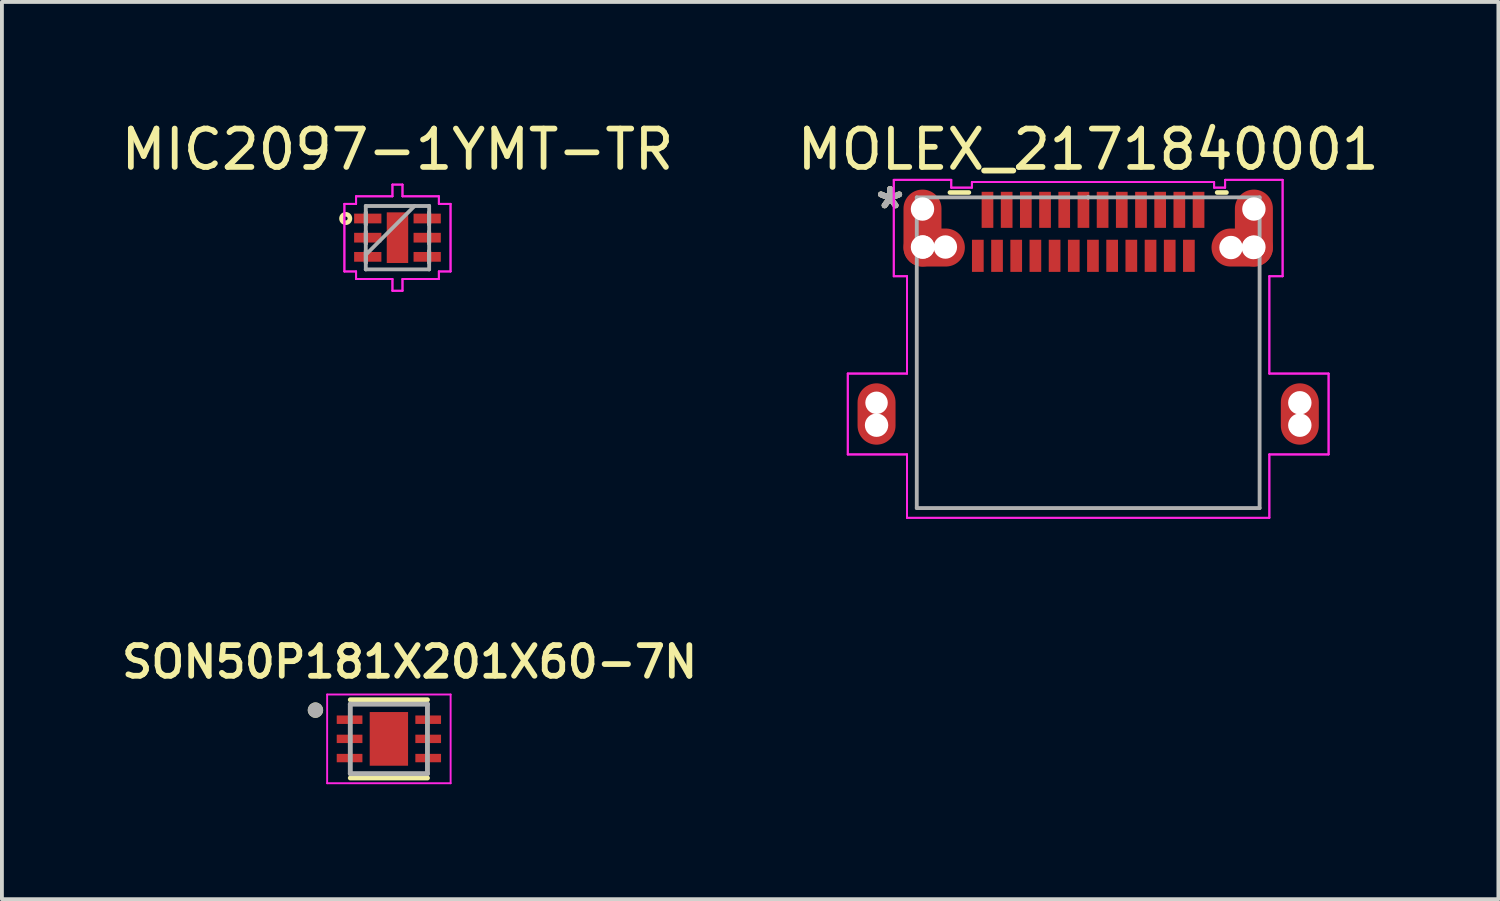
<source format=kicad_pcb>
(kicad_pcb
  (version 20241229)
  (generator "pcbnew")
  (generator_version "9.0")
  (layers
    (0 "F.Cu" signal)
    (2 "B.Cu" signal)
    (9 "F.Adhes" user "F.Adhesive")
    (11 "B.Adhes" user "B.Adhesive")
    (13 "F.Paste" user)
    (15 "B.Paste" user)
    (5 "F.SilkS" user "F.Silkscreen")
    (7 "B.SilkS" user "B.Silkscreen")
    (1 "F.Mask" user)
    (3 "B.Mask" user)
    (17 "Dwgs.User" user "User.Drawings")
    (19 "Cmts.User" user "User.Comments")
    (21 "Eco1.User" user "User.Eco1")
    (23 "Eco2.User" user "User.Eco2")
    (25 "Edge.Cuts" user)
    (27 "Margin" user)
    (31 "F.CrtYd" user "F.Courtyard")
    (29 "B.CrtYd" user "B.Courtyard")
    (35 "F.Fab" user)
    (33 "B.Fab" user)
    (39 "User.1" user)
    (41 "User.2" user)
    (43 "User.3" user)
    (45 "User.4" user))
  (footprint "SON50P181X201X60-7N"
    (layer "F.Cu")
    (at 7.091 16.218)
    (property "Reference" "SON50P181X201X60-7N" (at 0.54 -2.008 0) (layer "F.SilkS") (effects (font (size 0.8 0.8) (thickness 0.15))))
    (attr smd)
    (fp_line (start -1.006 -1.02) (end 1.006 -1.02) (stroke (width 0.127) (type solid)) (layer "F.SilkS"))
    (fp_line (start -1.006 1.02) (end 1.006 1.02) (stroke (width 0.127) (type solid)) (layer "F.SilkS"))
    (fp_circle (center -1.915 -0.75) (end -1.815 -0.75) (stroke (width 0.2) (type solid)) (fill no) (layer "F.SilkS"))
    (fp_poly (pts (xy -0.315 -0.445) (xy 0.315 -0.445) (xy 0.315 0.445) (xy -0.315 0.445)) (stroke (width 0.01) (type solid)) (fill yes) (layer "F.Paste"))
    (fp_line (start -1.61 -1.157) (end -1.61 1.157) (stroke (width 0.05) (type solid)) (layer "F.CrtYd"))
    (fp_line (start -1.61 -1.157) (end 1.61 -1.157) (stroke (width 0.05) (type solid)) (layer "F.CrtYd"))
    (fp_line (start -1.61 1.157) (end 1.61 1.157) (stroke (width 0.05) (type solid)) (layer "F.CrtYd"))
    (fp_line (start 1.61 -1.157) (end 1.61 1.157) (stroke (width 0.05) (type solid)) (layer "F.CrtYd"))
    (fp_line (start -1.006 -0.906) (end -1.006 0.906) (stroke (width 0.127) (type solid)) (layer "F.Fab"))
    (fp_line (start -1.006 -0.906) (end 1.006 -0.906) (stroke (width 0.127) (type solid)) (layer "F.Fab"))
    (fp_line (start -1.006 0.906) (end 1.006 0.906) (stroke (width 0.127) (type solid)) (layer "F.Fab"))
    (fp_line (start 1.006 -0.906) (end 1.006 0.906) (stroke (width 0.127) (type solid)) (layer "F.Fab"))
    (fp_circle (center -1.915 -0.75) (end -1.815 -0.75) (stroke (width 0.2) (type solid)) (fill no) (layer "F.Fab"))
    (pad "1" smd roundrect (at -1.025 -0.5) (size 0.67 0.22) (layers "F.Cu" "F.Mask" "F.Paste") (roundrect_rratio 0.03))
    (pad "2" smd roundrect (at -1.025 0) (size 0.67 0.22) (layers "F.Cu" "F.Mask" "F.Paste") (roundrect_rratio 0.03))
    (pad "3" smd roundrect (at -1.025 0.5) (size 0.67 0.22) (layers "F.Cu" "F.Mask" "F.Paste") (roundrect_rratio 0.03))
    (pad "4" smd roundrect (at 1.025 0.5 180) (size 0.67 0.22) (layers "F.Cu" "F.Mask" "F.Paste") (roundrect_rratio 0.03))
    (pad "5" smd roundrect (at 1.025 0 180) (size 0.67 0.22) (layers "F.Cu" "F.Mask" "F.Paste") (roundrect_rratio 0.03))
    (pad "6" smd roundrect (at 1.025 -0.5 180) (size 0.67 0.22) (layers "F.Cu" "F.Mask" "F.Paste") (roundrect_rratio 0.03))
    (pad "7" smd rect (at 0 0) (size 1 1.4) (layers "F.Cu" "F.Mask")))
  (footprint "MOLEX_2171840001"
    (layer "F.Cu")
    (at 25.327 6.148)
    (property "Reference" "MOLEX_2171840001" (at 0 -5.3 0) (layer "F.SilkS") (effects (font (size 1 1) (thickness 0.15))))
    (attr through_hole)
    (fp_line (start -3.111 -4.178) (end -3.606 -4.178) (stroke (width 0.12) (type solid)) (layer "F.SilkS"))
    (fp_line (start 3.606 -4.178) (end 3.363 -4.178) (stroke (width 0.12) (type solid)) (layer "F.SilkS"))
    (fp_line (start -6.269 0.544) (end -6.269 2.652) (stroke (width 0.05) (type solid)) (layer "F.CrtYd"))
    (fp_line (start -6.269 0.544) (end -6.269 2.652) (stroke (width 0.05) (type solid)) (layer "F.CrtYd"))
    (fp_line (start -6.269 2.652) (end -4.724 2.652) (stroke (width 0.05) (type solid)) (layer "F.CrtYd"))
    (fp_line (start -6.269 2.652) (end -4.724 2.652) (stroke (width 0.05) (type solid)) (layer "F.CrtYd"))
    (fp_line (start -5.07 -4.508) (end -5.07 -1.994) (stroke (width 0.05) (type solid)) (layer "F.CrtYd"))
    (fp_line (start -5.07 -4.508) (end -5.07 -1.994) (stroke (width 0.05) (type solid)) (layer "F.CrtYd"))
    (fp_line (start -5.07 -1.994) (end -4.724 -1.994) (stroke (width 0.05) (type solid)) (layer "F.CrtYd"))
    (fp_line (start -5.07 -1.994) (end -4.724 -1.994) (stroke (width 0.05) (type solid)) (layer "F.CrtYd"))
    (fp_line (start -4.724 -1.994) (end -4.724 0.544) (stroke (width 0.05) (type solid)) (layer "F.CrtYd"))
    (fp_line (start -4.724 -1.994) (end -4.724 0.544) (stroke (width 0.05) (type solid)) (layer "F.CrtYd"))
    (fp_line (start -4.724 0.544) (end -6.269 0.544) (stroke (width 0.05) (type solid)) (layer "F.CrtYd"))
    (fp_line (start -4.724 0.544) (end -6.269 0.544) (stroke (width 0.05) (type solid)) (layer "F.CrtYd"))
    (fp_line (start -4.724 2.652) (end -4.724 4.305) (stroke (width 0.05) (type solid)) (layer "F.CrtYd"))
    (fp_line (start -4.724 2.652) (end -4.724 4.305) (stroke (width 0.05) (type solid)) (layer "F.CrtYd"))
    (fp_line (start -4.724 4.305) (end 4.724 4.305) (stroke (width 0.05) (type solid)) (layer "F.CrtYd"))
    (fp_line (start -4.724 4.305) (end 4.724 4.305) (stroke (width 0.05) (type solid)) (layer "F.CrtYd"))
    (fp_line (start -3.571 -4.508) (end -5.07 -4.508) (stroke (width 0.05) (type solid)) (layer "F.CrtYd"))
    (fp_line (start -3.571 -4.508) (end -5.07 -4.508) (stroke (width 0.05) (type solid)) (layer "F.CrtYd"))
    (fp_line (start -3.571 -4.305) (end -3.571 -4.508) (stroke (width 0.05) (type solid)) (layer "F.CrtYd"))
    (fp_line (start -3.571 -4.305) (end -3.571 -4.508) (stroke (width 0.05) (type solid)) (layer "F.CrtYd"))
    (fp_line (start -3.033 -4.45) (end -3.033 -4.305) (stroke (width 0.05) (type solid)) (layer "F.CrtYd"))
    (fp_line (start -3.033 -4.45) (end -3.033 -4.305) (stroke (width 0.05) (type solid)) (layer "F.CrtYd"))
    (fp_line (start -3.033 -4.305) (end -3.571 -4.305) (stroke (width 0.05) (type solid)) (layer "F.CrtYd"))
    (fp_line (start -3.033 -4.305) (end -3.571 -4.305) (stroke (width 0.05) (type solid)) (layer "F.CrtYd"))
    (fp_line (start 3.284 -4.45) (end -3.033 -4.45) (stroke (width 0.05) (type solid)) (layer "F.CrtYd"))
    (fp_line (start 3.284 -4.45) (end -3.033 -4.45) (stroke (width 0.05) (type solid)) (layer "F.CrtYd"))
    (fp_line (start 3.284 -4.305) (end 3.284 -4.45) (stroke (width 0.05) (type solid)) (layer "F.CrtYd"))
    (fp_line (start 3.284 -4.305) (end 3.284 -4.45) (stroke (width 0.05) (type solid)) (layer "F.CrtYd"))
    (fp_line (start 3.571 -4.508) (end 3.571 -4.305) (stroke (width 0.05) (type solid)) (layer "F.CrtYd"))
    (fp_line (start 3.571 -4.508) (end 3.571 -4.305) (stroke (width 0.05) (type solid)) (layer "F.CrtYd"))
    (fp_line (start 3.571 -4.305) (end 3.284 -4.305) (stroke (width 0.05) (type solid)) (layer "F.CrtYd"))
    (fp_line (start 3.571 -4.305) (end 3.284 -4.305) (stroke (width 0.05) (type solid)) (layer "F.CrtYd"))
    (fp_line (start 4.724 -1.994) (end 5.07 -1.994) (stroke (width 0.05) (type solid)) (layer "F.CrtYd"))
    (fp_line (start 4.724 -1.994) (end 5.07 -1.994) (stroke (width 0.05) (type solid)) (layer "F.CrtYd"))
    (fp_line (start 4.724 0.544) (end 4.724 -1.994) (stroke (width 0.05) (type solid)) (layer "F.CrtYd"))
    (fp_line (start 4.724 0.544) (end 4.724 -1.994) (stroke (width 0.05) (type solid)) (layer "F.CrtYd"))
    (fp_line (start 4.724 2.652) (end 6.269 2.652) (stroke (width 0.05) (type solid)) (layer "F.CrtYd"))
    (fp_line (start 4.724 2.652) (end 6.269 2.652) (stroke (width 0.05) (type solid)) (layer "F.CrtYd"))
    (fp_line (start 4.724 4.305) (end 4.724 2.652) (stroke (width 0.05) (type solid)) (layer "F.CrtYd"))
    (fp_line (start 4.724 4.305) (end 4.724 2.652) (stroke (width 0.05) (type solid)) (layer "F.CrtYd"))
    (fp_line (start 5.07 -4.508) (end 3.571 -4.508) (stroke (width 0.05) (type solid)) (layer "F.CrtYd"))
    (fp_line (start 5.07 -4.508) (end 3.571 -4.508) (stroke (width 0.05) (type solid)) (layer "F.CrtYd"))
    (fp_line (start 5.07 -1.994) (end 5.07 -4.508) (stroke (width 0.05) (type solid)) (layer "F.CrtYd"))
    (fp_line (start 5.07 -1.994) (end 5.07 -4.508) (stroke (width 0.05) (type solid)) (layer "F.CrtYd"))
    (fp_line (start 6.269 0.544) (end 4.724 0.544) (stroke (width 0.05) (type solid)) (layer "F.CrtYd"))
    (fp_line (start 6.269 0.544) (end 4.724 0.544) (stroke (width 0.05) (type solid)) (layer "F.CrtYd"))
    (fp_line (start 6.269 2.652) (end 6.269 0.544) (stroke (width 0.05) (type solid)) (layer "F.CrtYd"))
    (fp_line (start 6.269 2.652) (end 6.269 0.544) (stroke (width 0.05) (type solid)) (layer "F.CrtYd"))
    (fp_line (start -4.47 -4.051) (end -4.47 4.051) (stroke (width 0.1) (type solid)) (layer "F.Fab"))
    (fp_line (start -4.47 4.051) (end 4.47 4.051) (stroke (width 0.1) (type solid)) (layer "F.Fab"))
    (fp_line (start 0 -4.051) (end 0 -4.051) (stroke (width 0.1) (type solid)) (layer "F.Fab"))
    (fp_line (start 0 -4.051) (end 0 -4.051) (stroke (width 0.1) (type solid)) (layer "F.Fab"))
    (fp_line (start 0 -4.051) (end 0 -4.051) (stroke (width 0.1) (type solid)) (layer "F.Fab"))
    (fp_line (start 0 -4.051) (end 0 -4.051) (stroke (width 0.1) (type solid)) (layer "F.Fab"))
    (fp_line (start 4.47 -4.051) (end -4.47 -4.051) (stroke (width 0.1) (type solid)) (layer "F.Fab"))
    (fp_line (start 4.47 4.051) (end 4.47 -4.051) (stroke (width 0.1) (type solid)) (layer "F.Fab"))
    (fp_text user "*" (at -5.166 -3.726 0) (layer "F.SilkS") (effects (font (size 1 1) (thickness 0.15))))
    (fp_text user "*" (at -5.166 -3.726 0) (layer "F.SilkS") (effects (font (size 1 1) (thickness 0.15))))
    (fp_text user "*" (at -5.166 -3.726 0) (layer "F.Fab") (effects (font (size 1 1) (thickness 0.15))))
    (fp_text user "*" (at -5.166 -3.726 0) (layer "F.Fab") (effects (font (size 1 1) (thickness 0.15))))
    (pad "" np_thru_hole circle (at -5.519 1.306) (size 0.586 0.586) (drill 0.61) (layers "*.Cu" "*.Mask"))
    (pad "" np_thru_hole circle (at -5.519 1.89) (size 0.61 0.61) (drill 0.61) (layers "*.Cu" "*.Mask"))
    (pad "" np_thru_hole circle (at -4.321 -3.747) (size 0.61 0.61) (drill 0.61) (layers "*.Cu" "*.Mask"))
    (pad "" np_thru_hole circle (at -4.321 -2.756) (size 0.61 0.61) (drill 0.61) (layers "*.Cu" "*.Mask"))
    (pad "" np_thru_hole circle (at -4.308 -2.756) (size 0.61 0.61) (drill 0.61) (layers "*.Cu" "*.Mask"))
    (pad "" np_thru_hole circle (at -3.724 -2.756) (size 0.61 0.61) (drill 0.61) (layers "*.Cu" "*.Mask"))
    (pad "" np_thru_hole circle (at 3.724 -2.743) (size 0.61 0.61) (drill 0.61) (layers "*.Cu" "*.Mask"))
    (pad "" np_thru_hole circle (at 4.308 -2.743) (size 0.61 0.61) (drill 0.61) (layers "*.Cu" "*.Mask"))
    (pad "" np_thru_hole circle (at 4.321 -3.747) (size 0.61 0.61) (drill 0.61) (layers "*.Cu" "*.Mask"))
    (pad "" np_thru_hole circle (at 4.321 -2.756) (size 0.61 0.61) (drill 0.61) (layers "*.Cu" "*.Mask"))
    (pad "" np_thru_hole circle (at 5.519 1.306) (size 0.61 0.61) (drill 0.61) (layers "*.Cu" "*.Mask"))
    (pad "" np_thru_hole circle (at 5.519 1.89) (size 0.61 0.61) (drill 0.61) (layers "*.Cu" "*.Mask"))
    (pad "25" smd oval (at -4.321 -3.251) (size 0.991 2.007) (layers "F.Cu" "F.Mask" "F.Paste"))
    (pad "26" smd oval (at 4.321 -3.251) (size 0.991 2.007) (layers "F.Cu" "F.Mask" "F.Paste"))
    (pad "27" smd oval (at -4.016 -2.743) (size 1.6 0.991) (layers "F.Cu" "F.Mask" "F.Paste"))
    (pad "28" smd oval (at 4.016 -2.743) (size 1.6 0.991) (layers "F.Cu" "F.Mask" "F.Paste"))
    (pad "29" smd oval (at -5.519 1.598) (size 0.991 1.6) (layers "F.Cu" "F.Mask" "F.Paste"))
    (pad "30" smd oval (at 5.519 1.598) (size 0.991 1.6) (layers "F.Cu" "F.Mask" "F.Paste"))
    (pad "A1" smd rect (at -2.626 -3.726) (size 0.305 0.94) (layers "F.Cu" "F.Mask" "F.Paste"))
    (pad "A2" smd rect (at -2.126 -3.726) (size 0.305 0.94) (layers "F.Cu" "F.Mask" "F.Paste"))
    (pad "A3" smd rect (at -1.626 -3.726) (size 0.305 0.94) (layers "F.Cu" "F.Mask" "F.Paste"))
    (pad "A4" smd rect (at -1.125 -3.726) (size 0.305 0.94) (layers "F.Cu" "F.Mask" "F.Paste"))
    (pad "A5" smd rect (at -0.625 -3.726) (size 0.305 0.94) (layers "F.Cu" "F.Mask" "F.Paste"))
    (pad "A6" smd rect (at -0.124 -3.726) (size 0.305 0.94) (layers "F.Cu" "F.Mask" "F.Paste"))
    (pad "A7" smd rect (at 0.376 -3.726) (size 0.305 0.94) (layers "F.Cu" "F.Mask" "F.Paste"))
    (pad "A8" smd rect (at 0.876 -3.726) (size 0.305 0.94) (layers "F.Cu" "F.Mask" "F.Paste"))
    (pad "A9" smd rect (at 1.377 -3.726) (size 0.305 0.94) (layers "F.Cu" "F.Mask" "F.Paste"))
    (pad "A10" smd rect (at 1.877 -3.726) (size 0.305 0.94) (layers "F.Cu" "F.Mask" "F.Paste"))
    (pad "A11" smd rect (at 2.377 -3.726) (size 0.305 0.94) (layers "F.Cu" "F.Mask" "F.Paste"))
    (pad "A12" smd rect (at 2.878 -3.726) (size 0.305 0.94) (layers "F.Cu" "F.Mask" "F.Paste"))
    (pad "B1" smd rect (at 2.626 -2.527) (size 0.305 0.838) (layers "F.Cu" "F.Mask" "F.Paste"))
    (pad "B2" smd rect (at 2.126 -2.527) (size 0.305 0.838) (layers "F.Cu" "F.Mask" "F.Paste"))
    (pad "B3" smd rect (at 1.626 -2.527) (size 0.305 0.838) (layers "F.Cu" "F.Mask" "F.Paste"))
    (pad "B4" smd rect (at 1.125 -2.527) (size 0.305 0.838) (layers "F.Cu" "F.Mask" "F.Paste"))
    (pad "B5" smd rect (at 0.625 -2.527) (size 0.305 0.838) (layers "F.Cu" "F.Mask" "F.Paste"))
    (pad "B6" smd rect (at 0.124 -2.527) (size 0.305 0.838) (layers "F.Cu" "F.Mask" "F.Paste"))
    (pad "B7" smd rect (at -0.376 -2.527) (size 0.305 0.838) (layers "F.Cu" "F.Mask" "F.Paste"))
    (pad "B8" smd rect (at -0.876 -2.527) (size 0.305 0.838) (layers "F.Cu" "F.Mask" "F.Paste"))
    (pad "B9" smd rect (at -1.377 -2.527) (size 0.305 0.838) (layers "F.Cu" "F.Mask" "F.Paste"))
    (pad "B10" smd rect (at -1.877 -2.527) (size 0.305 0.838) (layers "F.Cu" "F.Mask" "F.Paste"))
    (pad "B11" smd rect (at -2.377 -2.527) (size 0.305 0.838) (layers "F.Cu" "F.Mask" "F.Paste"))
    (pad "B12" smd rect (at -2.878 -2.527) (size 0.305 0.838) (layers "F.Cu" "F.Mask" "F.Paste")))
  (footprint "MIC2097-1YMT-TR"
    (layer "F.Cu")
    (at 7.315 3.148)
    (property "Reference" "MIC2097-1YMT-TR" (at 0 -2.3 0) (layer "F.SilkS") (effects (font (size 1 1) (thickness 0.15))))
    (attr smd)
    (fp_circle (center -1.35 -0.5) (end -1.35 -0.55) (stroke (width 0.12) (type solid)) (fill no) (layer "F.SilkS"))
    (fp_line (start -1.384 -0.881) (end -1.079 -0.881) (stroke (width 0.05) (type solid)) (layer "F.CrtYd"))
    (fp_line (start -1.384 -0.881) (end -1.079 -0.881) (stroke (width 0.05) (type solid)) (layer "F.CrtYd"))
    (fp_line (start -1.384 0.881) (end -1.384 -0.881) (stroke (width 0.05) (type solid)) (layer "F.CrtYd"))
    (fp_line (start -1.384 0.881) (end -1.384 -0.881) (stroke (width 0.05) (type solid)) (layer "F.CrtYd"))
    (fp_line (start -1.079 -1.079) (end -0.131 -1.079) (stroke (width 0.05) (type solid)) (layer "F.CrtYd"))
    (fp_line (start -1.079 -1.079) (end -0.131 -1.079) (stroke (width 0.05) (type solid)) (layer "F.CrtYd"))
    (fp_line (start -1.079 -0.881) (end -1.079 -1.079) (stroke (width 0.05) (type solid)) (layer "F.CrtYd"))
    (fp_line (start -1.079 -0.881) (end -1.079 -1.079) (stroke (width 0.05) (type solid)) (layer "F.CrtYd"))
    (fp_line (start -1.079 0.881) (end -1.384 0.881) (stroke (width 0.05) (type solid)) (layer "F.CrtYd"))
    (fp_line (start -1.079 0.881) (end -1.384 0.881) (stroke (width 0.05) (type solid)) (layer "F.CrtYd"))
    (fp_line (start -1.079 1.079) (end -1.079 0.881) (stroke (width 0.05) (type solid)) (layer "F.CrtYd"))
    (fp_line (start -1.079 1.079) (end -1.079 0.881) (stroke (width 0.05) (type solid)) (layer "F.CrtYd"))
    (fp_line (start -0.131 -1.384) (end 0.131 -1.384) (stroke (width 0.05) (type solid)) (layer "F.CrtYd"))
    (fp_line (start -0.131 -1.384) (end 0.131 -1.384) (stroke (width 0.05) (type solid)) (layer "F.CrtYd"))
    (fp_line (start -0.131 -1.079) (end -0.131 -1.384) (stroke (width 0.05) (type solid)) (layer "F.CrtYd"))
    (fp_line (start -0.131 -1.079) (end -0.131 -1.384) (stroke (width 0.05) (type solid)) (layer "F.CrtYd"))
    (fp_line (start -0.131 1.079) (end -1.079 1.079) (stroke (width 0.05) (type solid)) (layer "F.CrtYd"))
    (fp_line (start -0.131 1.079) (end -1.079 1.079) (stroke (width 0.05) (type solid)) (layer "F.CrtYd"))
    (fp_line (start -0.131 1.384) (end -0.131 1.079) (stroke (width 0.05) (type solid)) (layer "F.CrtYd"))
    (fp_line (start -0.131 1.384) (end -0.131 1.079) (stroke (width 0.05) (type solid)) (layer "F.CrtYd"))
    (fp_line (start 0.131 -1.384) (end 0.131 -1.079) (stroke (width 0.05) (type solid)) (layer "F.CrtYd"))
    (fp_line (start 0.131 -1.384) (end 0.131 -1.079) (stroke (width 0.05) (type solid)) (layer "F.CrtYd"))
    (fp_line (start 0.131 -1.079) (end 1.079 -1.079) (stroke (width 0.05) (type solid)) (layer "F.CrtYd"))
    (fp_line (start 0.131 -1.079) (end 1.079 -1.079) (stroke (width 0.05) (type solid)) (layer "F.CrtYd"))
    (fp_line (start 0.131 1.079) (end 0.131 1.384) (stroke (width 0.05) (type solid)) (layer "F.CrtYd"))
    (fp_line (start 0.131 1.079) (end 0.131 1.384) (stroke (width 0.05) (type solid)) (layer "F.CrtYd"))
    (fp_line (start 0.131 1.384) (end -0.131 1.384) (stroke (width 0.05) (type solid)) (layer "F.CrtYd"))
    (fp_line (start 0.131 1.384) (end -0.131 1.384) (stroke (width 0.05) (type solid)) (layer "F.CrtYd"))
    (fp_line (start 1.079 -1.079) (end 1.079 -0.881) (stroke (width 0.05) (type solid)) (layer "F.CrtYd"))
    (fp_line (start 1.079 -1.079) (end 1.079 -0.881) (stroke (width 0.05) (type solid)) (layer "F.CrtYd"))
    (fp_line (start 1.079 -0.881) (end 1.384 -0.881) (stroke (width 0.05) (type solid)) (layer "F.CrtYd"))
    (fp_line (start 1.079 -0.881) (end 1.384 -0.881) (stroke (width 0.05) (type solid)) (layer "F.CrtYd"))
    (fp_line (start 1.079 0.881) (end 1.079 1.079) (stroke (width 0.05) (type solid)) (layer "F.CrtYd"))
    (fp_line (start 1.079 0.881) (end 1.079 1.079) (stroke (width 0.05) (type solid)) (layer "F.CrtYd"))
    (fp_line (start 1.079 1.079) (end 0.131 1.079) (stroke (width 0.05) (type solid)) (layer "F.CrtYd"))
    (fp_line (start 1.079 1.079) (end 0.131 1.079) (stroke (width 0.05) (type solid)) (layer "F.CrtYd"))
    (fp_line (start 1.384 -0.881) (end 1.384 0.881) (stroke (width 0.05) (type solid)) (layer "F.CrtYd"))
    (fp_line (start 1.384 -0.881) (end 1.384 0.881) (stroke (width 0.05) (type solid)) (layer "F.CrtYd"))
    (fp_line (start 1.384 0.881) (end 1.079 0.881) (stroke (width 0.05) (type solid)) (layer "F.CrtYd"))
    (fp_line (start 1.384 0.881) (end 1.079 0.881) (stroke (width 0.05) (type solid)) (layer "F.CrtYd"))
    (fp_line (start -0.826 -0.826) (end -0.826 -0.826) (stroke (width 0.1) (type solid)) (layer "F.Fab"))
    (fp_line (start -0.826 -0.826) (end -0.826 0.826) (stroke (width 0.1) (type solid)) (layer "F.Fab"))
    (fp_line (start -0.826 -0.652) (end -0.826 -0.652) (stroke (width 0.1) (type solid)) (layer "F.Fab"))
    (fp_line (start -0.826 -0.652) (end -0.826 -0.348) (stroke (width 0.1) (type solid)) (layer "F.Fab"))
    (fp_line (start -0.826 -0.348) (end -0.826 -0.652) (stroke (width 0.1) (type solid)) (layer "F.Fab"))
    (fp_line (start -0.826 -0.348) (end -0.826 -0.348) (stroke (width 0.1) (type solid)) (layer "F.Fab"))
    (fp_line (start -0.826 -0.152) (end -0.826 -0.152) (stroke (width 0.1) (type solid)) (layer "F.Fab"))
    (fp_line (start -0.826 -0.152) (end -0.826 0.152) (stroke (width 0.1) (type solid)) (layer "F.Fab"))
    (fp_line (start -0.826 0.152) (end -0.826 -0.152) (stroke (width 0.1) (type solid)) (layer "F.Fab"))
    (fp_line (start -0.826 0.152) (end -0.826 0.152) (stroke (width 0.1) (type solid)) (layer "F.Fab"))
    (fp_line (start -0.826 0.348) (end -0.826 0.348) (stroke (width 0.1) (type solid)) (layer "F.Fab"))
    (fp_line (start -0.826 0.348) (end -0.826 0.652) (stroke (width 0.1) (type solid)) (layer "F.Fab"))
    (fp_line (start -0.826 0.445) (end 0.445 -0.826) (stroke (width 0.1) (type solid)) (layer "F.Fab"))
    (fp_line (start -0.826 0.652) (end -0.826 0.348) (stroke (width 0.1) (type solid)) (layer "F.Fab"))
    (fp_line (start -0.826 0.652) (end -0.826 0.652) (stroke (width 0.1) (type solid)) (layer "F.Fab"))
    (fp_line (start -0.826 0.826) (end -0.826 0.826) (stroke (width 0.1) (type solid)) (layer "F.Fab"))
    (fp_line (start -0.826 0.826) (end 0.826 0.826) (stroke (width 0.1) (type solid)) (layer "F.Fab"))
    (fp_line (start 0.826 -0.826) (end -0.826 -0.826) (stroke (width 0.1) (type solid)) (layer "F.Fab"))
    (fp_line (start 0.826 -0.826) (end 0.826 -0.826) (stroke (width 0.1) (type solid)) (layer "F.Fab"))
    (fp_line (start 0.826 -0.652) (end 0.826 -0.652) (stroke (width 0.1) (type solid)) (layer "F.Fab"))
    (fp_line (start 0.826 -0.652) (end 0.826 -0.348) (stroke (width 0.1) (type solid)) (layer "F.Fab"))
    (fp_line (start 0.826 -0.348) (end 0.826 -0.652) (stroke (width 0.1) (type solid)) (layer "F.Fab"))
    (fp_line (start 0.826 -0.348) (end 0.826 -0.348) (stroke (width 0.1) (type solid)) (layer "F.Fab"))
    (fp_line (start 0.826 -0.152) (end 0.826 -0.152) (stroke (width 0.1) (type solid)) (layer "F.Fab"))
    (fp_line (start 0.826 -0.152) (end 0.826 0.152) (stroke (width 0.1) (type solid)) (layer "F.Fab"))
    (fp_line (start 0.826 0.152) (end 0.826 -0.152) (stroke (width 0.1) (type solid)) (layer "F.Fab"))
    (fp_line (start 0.826 0.152) (end 0.826 0.152) (stroke (width 0.1) (type solid)) (layer "F.Fab"))
    (fp_line (start 0.826 0.348) (end 0.826 0.348) (stroke (width 0.1) (type solid)) (layer "F.Fab"))
    (fp_line (start 0.826 0.348) (end 0.826 0.652) (stroke (width 0.1) (type solid)) (layer "F.Fab"))
    (fp_line (start 0.826 0.652) (end 0.826 0.348) (stroke (width 0.1) (type solid)) (layer "F.Fab"))
    (fp_line (start 0.826 0.652) (end 0.826 0.652) (stroke (width 0.1) (type solid)) (layer "F.Fab"))
    (fp_line (start 0.826 0.826) (end 0.826 -0.826) (stroke (width 0.1) (type solid)) (layer "F.Fab"))
    (fp_line (start 0.826 0.826) (end 0.826 0.826) (stroke (width 0.1) (type solid)) (layer "F.Fab"))
    (pad "1" smd rect (at -0.775 -0.5 90) (size 0.254 0.711) (layers "F.Cu" "F.Mask" "F.Paste"))
    (pad "2" smd rect (at -0.775 0 90) (size 0.254 0.711) (layers "F.Cu" "F.Mask" "F.Paste"))
    (pad "3" smd rect (at -0.775 0.5 90) (size 0.254 0.711) (layers "F.Cu" "F.Mask" "F.Paste"))
    (pad "4" smd rect (at 0.775 0.5 90) (size 0.254 0.711) (layers "F.Cu" "F.Mask" "F.Paste"))
    (pad "5" smd rect (at 0.775 0 90) (size 0.254 0.711) (layers "F.Cu" "F.Mask" "F.Paste"))
    (pad "6" smd rect (at 0.775 -0.5 90) (size 0.254 0.711) (layers "F.Cu" "F.Mask" "F.Paste"))
    (pad "7" smd rect (at 0 0) (size 0.559 1.321) (layers "F.Cu" "F.Mask" "F.Paste")))
  (gr_rect
    (start -3 -3)
    (end 36.024 20.399)
    (stroke (width 0.1) (type default))
    (fill no)
    (layer "Edge.Cuts")))
</source>
